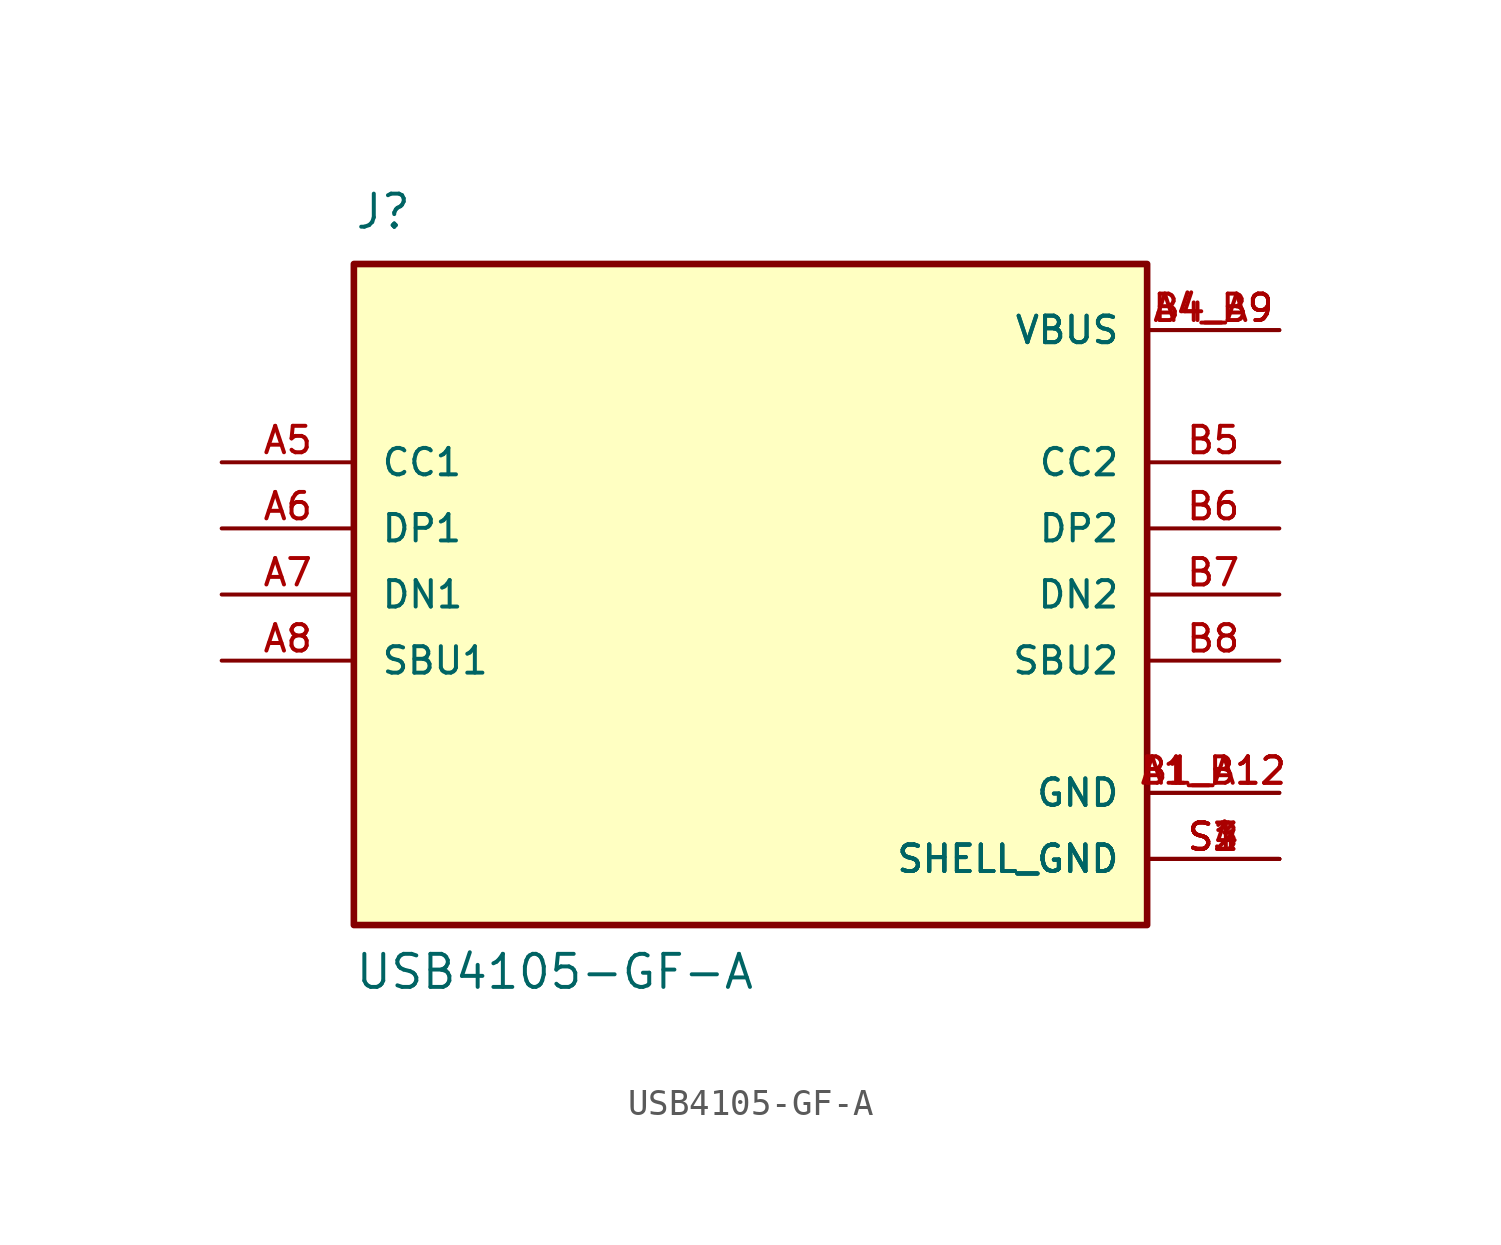
<source format=kicad_sym>
(kicad_symbol_lib
  (version 20220914)
  (generator kicad_symbol_editor)
  (symbol "USB4105-GF-A"
    (pin_names
      (offset 1.016))
    (property "Reference" "J"
      (at -15.24 13.97 0)
      (effects (font (size 1.27 1.27)) (justify left bottom)))
    (property "Value" "USB4105-GF-A"
      (at -15.24 -15.24 0)
      (effects (font (size 1.27 1.27)) (justify left bottom)))
    (symbol "USB4105-GF-A_0_0"
      (rectangle (start -15.24 -12.7) (end 15.24 12.7) (stroke (width 0.254) (type default)) (fill (type background)))
      (pin power_in line (at 20.32 -7.62 180) (length 5.08) (name "GND" (effects (font (size 1.016 1.016)))) (number "A1_B12" (effects (font (size 1.016 1.016)))))
      (pin power_in line (at 20.32 10.16 180) (length 5.08) (name "VBUS" (effects (font (size 1.016 1.016)))) (number "A4_B9" (effects (font (size 1.016 1.016)))))
      (pin bidirectional line (at -20.32 5.08 0) (length 5.08) (name "CC1" (effects (font (size 1.016 1.016)))) (number "A5" (effects (font (size 1.016 1.016)))))
      (pin bidirectional line (at -20.32 2.54 0) (length 5.08) (name "DP1" (effects (font (size 1.016 1.016)))) (number "A6" (effects (font (size 1.016 1.016)))))
      (pin bidirectional line (at -20.32 0 0) (length 5.08) (name "DN1" (effects (font (size 1.016 1.016)))) (number "A7" (effects (font (size 1.016 1.016)))))
      (pin bidirectional line (at -20.32 -2.54 0) (length 5.08) (name "SBU1" (effects (font (size 1.016 1.016)))) (number "A8" (effects (font (size 1.016 1.016)))))
      (pin power_in line (at 20.32 -7.62 180) (length 5.08) (name "GND" (effects (font (size 1.016 1.016)))) (number "B1_A12" (effects (font (size 1.016 1.016)))))
      (pin power_in line (at 20.32 10.16 180) (length 5.08) (name "VBUS" (effects (font (size 1.016 1.016)))) (number "B4_A9" (effects (font (size 1.016 1.016)))))
      (pin bidirectional line (at 20.32 5.08 180) (length 5.08) (name "CC2" (effects (font (size 1.016 1.016)))) (number "B5" (effects (font (size 1.016 1.016)))))
      (pin bidirectional line (at 20.32 2.54 180) (length 5.08) (name "DP2" (effects (font (size 1.016 1.016)))) (number "B6" (effects (font (size 1.016 1.016)))))
      (pin bidirectional line (at 20.32 0 180) (length 5.08) (name "DN2" (effects (font (size 1.016 1.016)))) (number "B7" (effects (font (size 1.016 1.016)))))
      (pin bidirectional line (at 20.32 -2.54 180) (length 5.08) (name "SBU2" (effects (font (size 1.016 1.016)))) (number "B8" (effects (font (size 1.016 1.016)))))
      (pin power_in line (at 20.32 -10.16 180) (length 5.08) (name "SHELL_GND" (effects (font (size 1.016 1.016)))) (number "S1" (effects (font (size 1.016 1.016)))))
      (pin power_in line (at 20.32 -10.16 180) (length 5.08) (name "SHELL_GND" (effects (font (size 1.016 1.016)))) (number "S2" (effects (font (size 1.016 1.016)))))
      (pin power_in line (at 20.32 -10.16 180) (length 5.08) (name "SHELL_GND" (effects (font (size 1.016 1.016)))) (number "S3" (effects (font (size 1.016 1.016)))))
      (pin power_in line (at 20.32 -10.16 180) (length 5.08) (name "SHELL_GND" (effects (font (size 1.016 1.016)))) (number "S4" (effects (font (size 1.016 1.016))))))))
</source>
